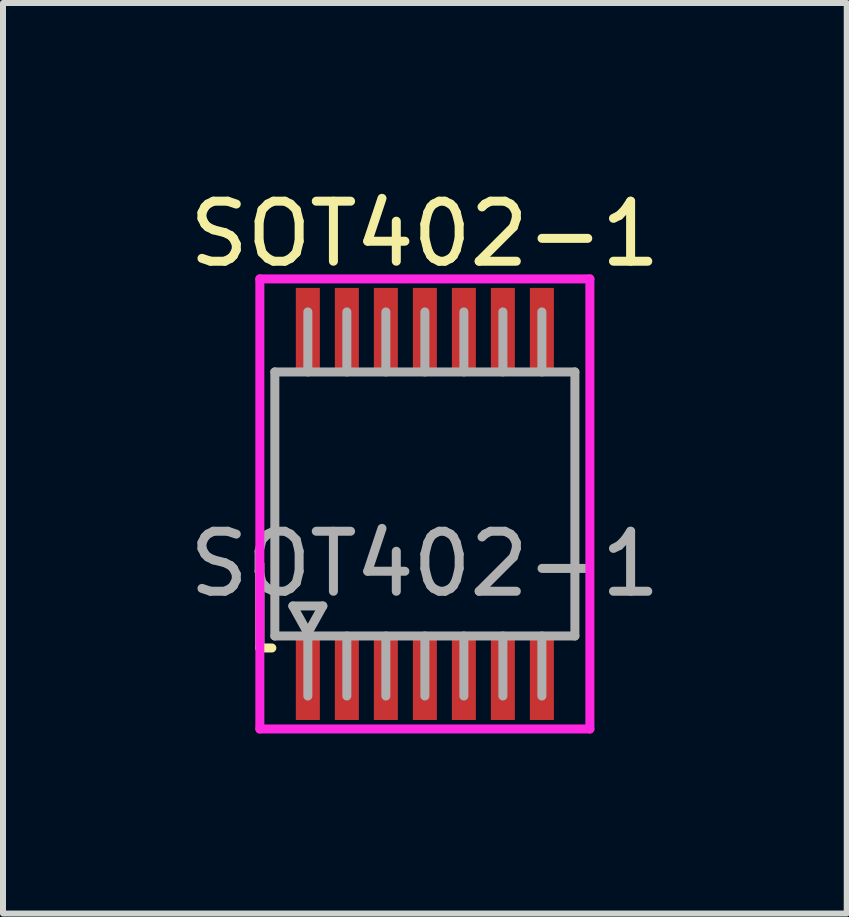
<source format=kicad_pcb>
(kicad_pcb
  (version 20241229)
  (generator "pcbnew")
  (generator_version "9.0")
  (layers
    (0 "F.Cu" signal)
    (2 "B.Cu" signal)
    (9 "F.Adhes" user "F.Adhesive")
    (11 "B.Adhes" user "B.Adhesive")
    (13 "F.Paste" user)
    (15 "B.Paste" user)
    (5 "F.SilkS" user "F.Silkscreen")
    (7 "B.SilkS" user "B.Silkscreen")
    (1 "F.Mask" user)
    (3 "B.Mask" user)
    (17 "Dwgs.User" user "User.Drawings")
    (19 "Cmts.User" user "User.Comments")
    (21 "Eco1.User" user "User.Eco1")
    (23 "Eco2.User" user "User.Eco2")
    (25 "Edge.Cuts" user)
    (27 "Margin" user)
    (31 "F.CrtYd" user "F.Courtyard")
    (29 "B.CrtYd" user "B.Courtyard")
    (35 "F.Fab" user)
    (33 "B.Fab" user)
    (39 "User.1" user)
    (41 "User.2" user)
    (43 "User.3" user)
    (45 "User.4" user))
  (footprint "SOT402-1"
    (layer "F.Cu")
    (at 4.03 5.348)
    (property "Reference" "SOT402-1" (at 0 -4.5 0) (layer "F.SilkS") (effects (font (size 1 1) (thickness 0.15))))
    (attr smd)
    (fp_line (start -2.75 1) (end -2.75 2.4) (stroke (width 0.15) (type solid)) (layer "F.SilkS"))
    (fp_line (start -2.75 2.4) (end -2.55 2.4) (stroke (width 0.15) (type solid)) (layer "F.SilkS"))
    (fp_line (start -2.75 -3.75) (end 2.75 -3.75) (stroke (width 0.15) (type solid)) (layer "F.CrtYd"))
    (fp_line (start -2.75 3.75) (end -2.75 -3.75) (stroke (width 0.15) (type solid)) (layer "F.CrtYd"))
    (fp_line (start 2.75 -3.75) (end 2.75 3.75) (stroke (width 0.15) (type solid)) (layer "F.CrtYd"))
    (fp_line (start 2.75 3.75) (end -2.75 3.75) (stroke (width 0.15) (type solid)) (layer "F.CrtYd"))
    (fp_line (start -2.5 -2.2) (end 2.5 -2.2) (stroke (width 0.15) (type solid)) (layer "F.Fab"))
    (fp_line (start -2.5 2.2) (end -2.5 -2.2) (stroke (width 0.15) (type solid)) (layer "F.Fab"))
    (fp_line (start -2.2 1.7) (end -1.7 1.7) (stroke (width 0.15) (type solid)) (layer "F.Fab"))
    (fp_line (start -1.95 -3.2) (end -1.95 -2.2) (stroke (width 0.15) (type solid)) (layer "F.Fab"))
    (fp_line (start -1.95 2.15) (end -2.2 1.7) (stroke (width 0.15) (type solid)) (layer "F.Fab"))
    (fp_line (start -1.95 2.2) (end -1.95 3.2) (stroke (width 0.15) (type solid)) (layer "F.Fab"))
    (fp_line (start -1.7 1.7) (end -1.95 2.15) (stroke (width 0.15) (type solid)) (layer "F.Fab"))
    (fp_line (start -1.3 -3.2) (end -1.3 -2.2) (stroke (width 0.15) (type solid)) (layer "F.Fab"))
    (fp_line (start -1.3 2.2) (end -1.3 3.2) (stroke (width 0.15) (type solid)) (layer "F.Fab"))
    (fp_line (start -0.65 -3.2) (end -0.65 -2.2) (stroke (width 0.15) (type solid)) (layer "F.Fab"))
    (fp_line (start -0.65 2.2) (end -0.65 3.2) (stroke (width 0.15) (type solid)) (layer "F.Fab"))
    (fp_line (start 0 -3.2) (end 0 -2.2) (stroke (width 0.15) (type solid)) (layer "F.Fab"))
    (fp_line (start 0 2.2) (end 0 3.2) (stroke (width 0.15) (type solid)) (layer "F.Fab"))
    (fp_line (start 0.65 -3.2) (end 0.65 -2.2) (stroke (width 0.15) (type solid)) (layer "F.Fab"))
    (fp_line (start 0.65 2.2) (end 0.65 3.2) (stroke (width 0.15) (type solid)) (layer "F.Fab"))
    (fp_line (start 1.3 -3.2) (end 1.3 -2.2) (stroke (width 0.15) (type solid)) (layer "F.Fab"))
    (fp_line (start 1.3 2.2) (end 1.3 3.2) (stroke (width 0.15) (type solid)) (layer "F.Fab"))
    (fp_line (start 1.95 -3.2) (end 1.95 -2.2) (stroke (width 0.15) (type solid)) (layer "F.Fab"))
    (fp_line (start 1.95 2.2) (end 1.95 3.2) (stroke (width 0.15) (type solid)) (layer "F.Fab"))
    (fp_line (start 2.5 -2.2) (end 2.5 2.2) (stroke (width 0.15) (type solid)) (layer "F.Fab"))
    (fp_line (start 2.5 2.2) (end -2.5 2.2) (stroke (width 0.15) (type solid)) (layer "F.Fab"))
    (fp_text user "${REFERENCE}" (at 0 1 0) (layer "F.Fab") (effects (font (size 1 1) (thickness 0.15))))
    (pad "1" smd rect (at -1.95 2.925) (size 0.4 1.35) (layers "F.Cu" "F.Mask" "F.Paste"))
    (pad "2" smd rect (at -1.3 2.925) (size 0.4 1.35) (layers "F.Cu" "F.Mask" "F.Paste"))
    (pad "3" smd rect (at -0.65 2.925) (size 0.4 1.35) (layers "F.Cu" "F.Mask" "F.Paste"))
    (pad "4" smd rect (at 0 2.925) (size 0.4 1.35) (layers "F.Cu" "F.Mask" "F.Paste"))
    (pad "5" smd rect (at 0.65 2.925) (size 0.4 1.35) (layers "F.Cu" "F.Mask" "F.Paste"))
    (pad "6" smd rect (at 1.3 2.925) (size 0.4 1.35) (layers "F.Cu" "F.Mask" "F.Paste"))
    (pad "7" smd rect (at 1.95 2.925) (size 0.4 1.35) (layers "F.Cu" "F.Mask" "F.Paste"))
    (pad "8" smd rect (at 1.95 -2.925) (size 0.4 1.35) (layers "F.Cu" "F.Mask" "F.Paste"))
    (pad "9" smd rect (at 1.3 -2.925) (size 0.4 1.35) (layers "F.Cu" "F.Mask" "F.Paste"))
    (pad "10" smd rect (at 0.65 -2.925) (size 0.4 1.35) (layers "F.Cu" "F.Mask" "F.Paste"))
    (pad "11" smd rect (at 0 -2.925) (size 0.4 1.35) (layers "F.Cu" "F.Mask" "F.Paste"))
    (pad "12" smd rect (at -0.65 -2.925) (size 0.4 1.35) (layers "F.Cu" "F.Mask" "F.Paste"))
    (pad "13" smd rect (at -1.3 -2.925) (size 0.4 1.35) (layers "F.Cu" "F.Mask" "F.Paste"))
    (pad "14" smd rect (at -1.95 -2.925) (size 0.4 1.35) (layers "F.Cu" "F.Mask" "F.Paste")))
  (gr_rect
    (start -3 -3)
    (end 11.06 12.173)
    (stroke (width 0.1) (type default))
    (fill no)
    (layer "Edge.Cuts")))
</source>
